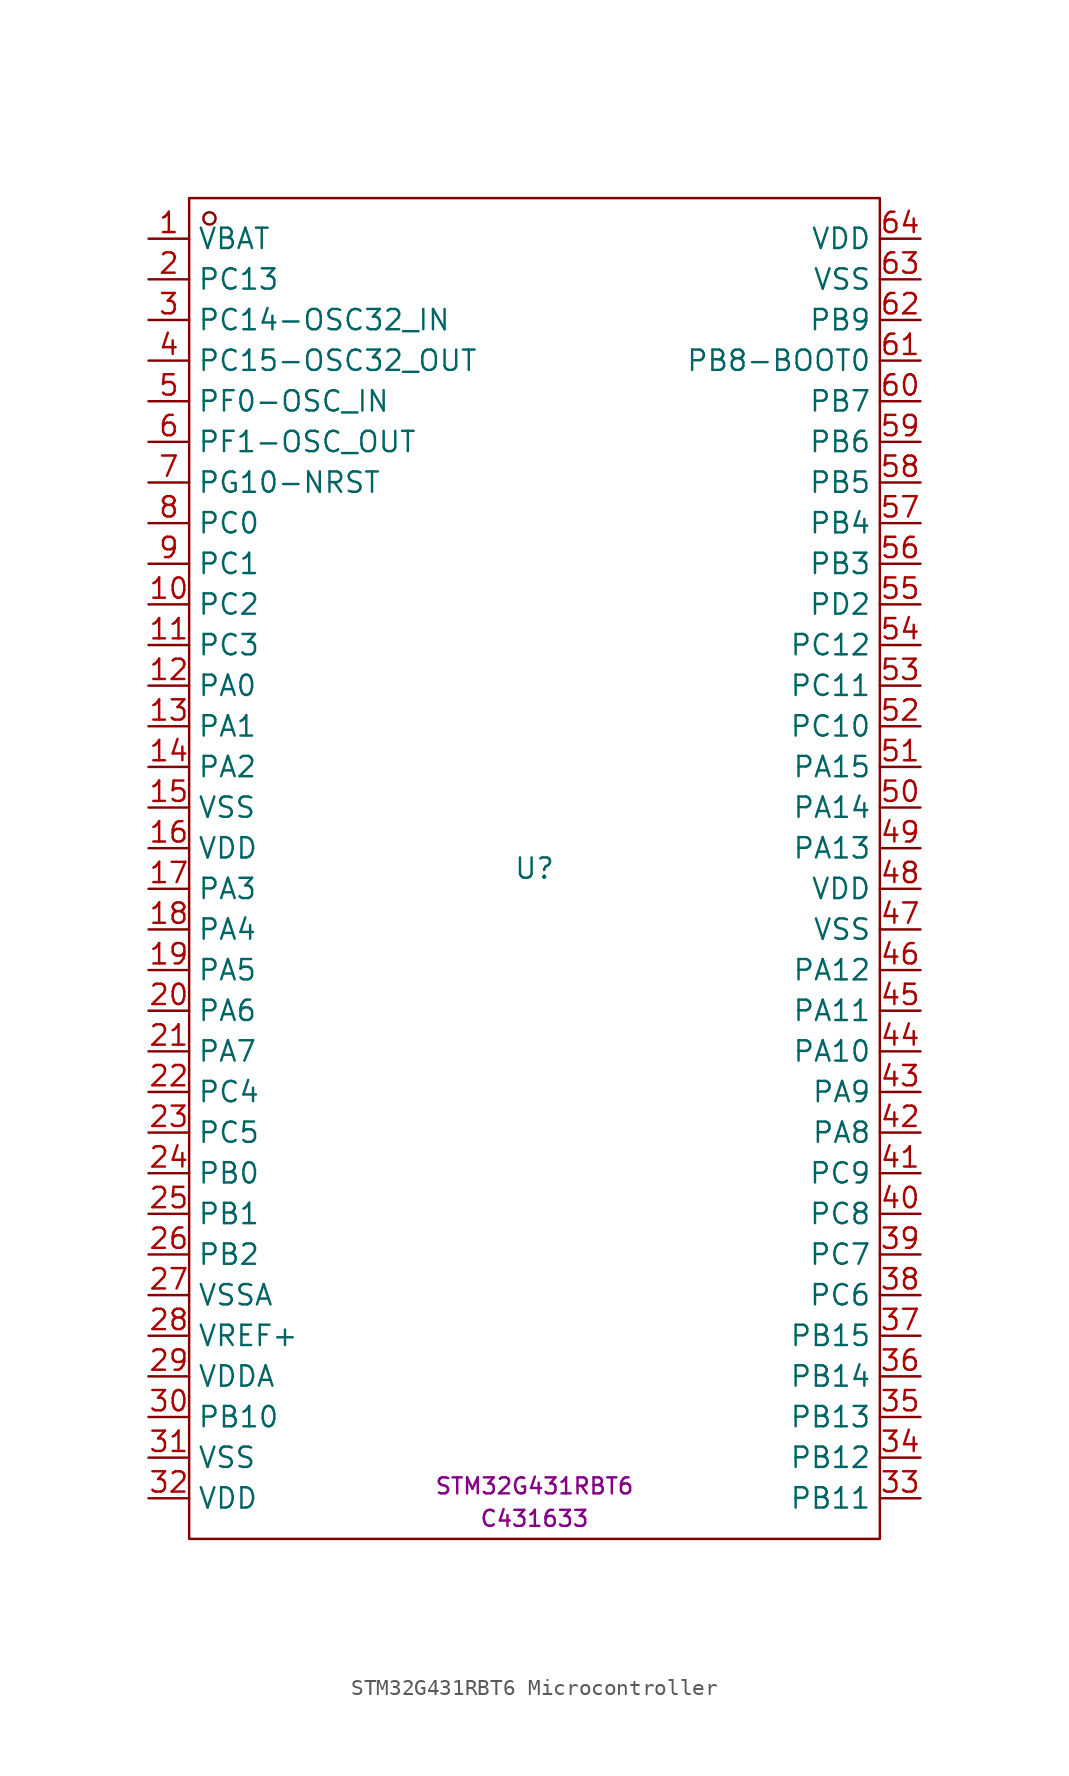
<source format=kicad_sym>
(kicad_symbol_lib
  (version 20241209)
  (generator "kicad_symbol_editor")
  (generator_version "9.0")
  (symbol "STM32G431RBT6 Microcontroller"
    (property "Reference" "U"
      (at 0 0 0)
      (effects (font (size 1.27 1.27))))
    (property "Manufacturer Part" "STM32G431RBT6"
      (at 0 -38.608 0)
      (do_not_autoplace)
      (effects (font (size 1 1))))
    (property "LCSC Part #" "C431633"
      (at 0 -40.64 0)
      (do_not_autoplace)
      (effects (font (size 1 1))))
    (symbol "STM32G431RBT6 Microcontroller_1_0"
      (rectangle (start -21.59 -41.91) (end 21.59 41.91) (stroke (width 0) (type default)) (fill (type none)))
      (circle (center -20.32 40.64) (radius 0.381) (stroke (width 0) (type default)) (fill (type none)))
      (pin unspecified line (at -24.13 39.37 0) (length 2.54) (name "VBAT" (effects (font (size 1.27 1.27)))) (number "1" (effects (font (size 1.27 1.27)))))
      (pin unspecified line (at -24.13 36.83 0) (length 2.54) (name "PC13" (effects (font (size 1.27 1.27)))) (number "2" (effects (font (size 1.27 1.27)))))
      (pin unspecified line (at -24.13 34.29 0) (length 2.54) (name "PC14-OSC32_IN" (effects (font (size 1.27 1.27)))) (number "3" (effects (font (size 1.27 1.27)))))
      (pin unspecified line (at -24.13 31.75 0) (length 2.54) (name "PC15-OSC32_OUT" (effects (font (size 1.27 1.27)))) (number "4" (effects (font (size 1.27 1.27)))))
      (pin unspecified line (at -24.13 29.21 0) (length 2.54) (name "PF0-OSC_IN" (effects (font (size 1.27 1.27)))) (number "5" (effects (font (size 1.27 1.27)))))
      (pin unspecified line (at -24.13 26.67 0) (length 2.54) (name "PF1-OSC_OUT" (effects (font (size 1.27 1.27)))) (number "6" (effects (font (size 1.27 1.27)))))
      (pin unspecified line (at -24.13 24.13 0) (length 2.54) (name "PG10-NRST" (effects (font (size 1.27 1.27)))) (number "7" (effects (font (size 1.27 1.27)))))
      (pin unspecified line (at -24.13 21.59 0) (length 2.54) (name "PC0" (effects (font (size 1.27 1.27)))) (number "8" (effects (font (size 1.27 1.27)))))
      (pin unspecified line (at -24.13 19.05 0) (length 2.54) (name "PC1" (effects (font (size 1.27 1.27)))) (number "9" (effects (font (size 1.27 1.27)))))
      (pin unspecified line (at -24.13 16.51 0) (length 2.54) (name "PC2" (effects (font (size 1.27 1.27)))) (number "10" (effects (font (size 1.27 1.27)))))
      (pin unspecified line (at -24.13 13.97 0) (length 2.54) (name "PC3" (effects (font (size 1.27 1.27)))) (number "11" (effects (font (size 1.27 1.27)))))
      (pin unspecified line (at -24.13 11.43 0) (length 2.54) (name "PA0" (effects (font (size 1.27 1.27)))) (number "12" (effects (font (size 1.27 1.27)))))
      (pin unspecified line (at -24.13 8.89 0) (length 2.54) (name "PA1" (effects (font (size 1.27 1.27)))) (number "13" (effects (font (size 1.27 1.27)))))
      (pin unspecified line (at -24.13 6.35 0) (length 2.54) (name "PA2" (effects (font (size 1.27 1.27)))) (number "14" (effects (font (size 1.27 1.27)))))
      (pin unspecified line (at -24.13 3.81 0) (length 2.54) (name "VSS" (effects (font (size 1.27 1.27)))) (number "15" (effects (font (size 1.27 1.27)))))
      (pin unspecified line (at -24.13 1.27 0) (length 2.54) (name "VDD" (effects (font (size 1.27 1.27)))) (number "16" (effects (font (size 1.27 1.27)))))
      (pin unspecified line (at -24.13 -1.27 0) (length 2.54) (name "PA3" (effects (font (size 1.27 1.27)))) (number "17" (effects (font (size 1.27 1.27)))))
      (pin unspecified line (at -24.13 -3.81 0) (length 2.54) (name "PA4" (effects (font (size 1.27 1.27)))) (number "18" (effects (font (size 1.27 1.27)))))
      (pin unspecified line (at -24.13 -6.35 0) (length 2.54) (name "PA5" (effects (font (size 1.27 1.27)))) (number "19" (effects (font (size 1.27 1.27)))))
      (pin unspecified line (at -24.13 -8.89 0) (length 2.54) (name "PA6" (effects (font (size 1.27 1.27)))) (number "20" (effects (font (size 1.27 1.27)))))
      (pin unspecified line (at -24.13 -11.43 0) (length 2.54) (name "PA7" (effects (font (size 1.27 1.27)))) (number "21" (effects (font (size 1.27 1.27)))))
      (pin unspecified line (at -24.13 -13.97 0) (length 2.54) (name "PC4" (effects (font (size 1.27 1.27)))) (number "22" (effects (font (size 1.27 1.27)))))
      (pin unspecified line (at -24.13 -16.51 0) (length 2.54) (name "PC5" (effects (font (size 1.27 1.27)))) (number "23" (effects (font (size 1.27 1.27)))))
      (pin unspecified line (at -24.13 -19.05 0) (length 2.54) (name "PB0" (effects (font (size 1.27 1.27)))) (number "24" (effects (font (size 1.27 1.27)))))
      (pin unspecified line (at -24.13 -21.59 0) (length 2.54) (name "PB1" (effects (font (size 1.27 1.27)))) (number "25" (effects (font (size 1.27 1.27)))))
      (pin unspecified line (at -24.13 -24.13 0) (length 2.54) (name "PB2" (effects (font (size 1.27 1.27)))) (number "26" (effects (font (size 1.27 1.27)))))
      (pin unspecified line (at -24.13 -26.67 0) (length 2.54) (name "VSSA" (effects (font (size 1.27 1.27)))) (number "27" (effects (font (size 1.27 1.27)))))
      (pin unspecified line (at -24.13 -29.21 0) (length 2.54) (name "VREF+" (effects (font (size 1.27 1.27)))) (number "28" (effects (font (size 1.27 1.27)))))
      (pin unspecified line (at -24.13 -31.75 0) (length 2.54) (name "VDDA" (effects (font (size 1.27 1.27)))) (number "29" (effects (font (size 1.27 1.27)))))
      (pin unspecified line (at -24.13 -34.29 0) (length 2.54) (name "PB10" (effects (font (size 1.27 1.27)))) (number "30" (effects (font (size 1.27 1.27)))))
      (pin unspecified line (at -24.13 -36.83 0) (length 2.54) (name "VSS" (effects (font (size 1.27 1.27)))) (number "31" (effects (font (size 1.27 1.27)))))
      (pin unspecified line (at -24.13 -39.37 0) (length 2.54) (name "VDD" (effects (font (size 1.27 1.27)))) (number "32" (effects (font (size 1.27 1.27)))))
      (pin unspecified line (at 24.13 39.37 180) (length 2.54) (name "VDD" (effects (font (size 1.27 1.27)))) (number "64" (effects (font (size 1.27 1.27)))))
      (pin unspecified line (at 24.13 36.83 180) (length 2.54) (name "VSS" (effects (font (size 1.27 1.27)))) (number "63" (effects (font (size 1.27 1.27)))))
      (pin unspecified line (at 24.13 34.29 180) (length 2.54) (name "PB9" (effects (font (size 1.27 1.27)))) (number "62" (effects (font (size 1.27 1.27)))))
      (pin unspecified line (at 24.13 31.75 180) (length 2.54) (name "PB8-BOOT0" (effects (font (size 1.27 1.27)))) (number "61" (effects (font (size 1.27 1.27)))))
      (pin unspecified line (at 24.13 29.21 180) (length 2.54) (name "PB7" (effects (font (size 1.27 1.27)))) (number "60" (effects (font (size 1.27 1.27)))))
      (pin unspecified line (at 24.13 26.67 180) (length 2.54) (name "PB6" (effects (font (size 1.27 1.27)))) (number "59" (effects (font (size 1.27 1.27)))))
      (pin unspecified line (at 24.13 24.13 180) (length 2.54) (name "PB5" (effects (font (size 1.27 1.27)))) (number "58" (effects (font (size 1.27 1.27)))))
      (pin unspecified line (at 24.13 21.59 180) (length 2.54) (name "PB4" (effects (font (size 1.27 1.27)))) (number "57" (effects (font (size 1.27 1.27)))))
      (pin unspecified line (at 24.13 19.05 180) (length 2.54) (name "PB3" (effects (font (size 1.27 1.27)))) (number "56" (effects (font (size 1.27 1.27)))))
      (pin unspecified line (at 24.13 16.51 180) (length 2.54) (name "PD2" (effects (font (size 1.27 1.27)))) (number "55" (effects (font (size 1.27 1.27)))))
      (pin unspecified line (at 24.13 13.97 180) (length 2.54) (name "PC12" (effects (font (size 1.27 1.27)))) (number "54" (effects (font (size 1.27 1.27)))))
      (pin unspecified line (at 24.13 11.43 180) (length 2.54) (name "PC11" (effects (font (size 1.27 1.27)))) (number "53" (effects (font (size 1.27 1.27)))))
      (pin unspecified line (at 24.13 8.89 180) (length 2.54) (name "PC10" (effects (font (size 1.27 1.27)))) (number "52" (effects (font (size 1.27 1.27)))))
      (pin unspecified line (at 24.13 6.35 180) (length 2.54) (name "PA15" (effects (font (size 1.27 1.27)))) (number "51" (effects (font (size 1.27 1.27)))))
      (pin unspecified line (at 24.13 3.81 180) (length 2.54) (name "PA14" (effects (font (size 1.27 1.27)))) (number "50" (effects (font (size 1.27 1.27)))))
      (pin unspecified line (at 24.13 1.27 180) (length 2.54) (name "PA13" (effects (font (size 1.27 1.27)))) (number "49" (effects (font (size 1.27 1.27)))))
      (pin unspecified line (at 24.13 -1.27 180) (length 2.54) (name "VDD" (effects (font (size 1.27 1.27)))) (number "48" (effects (font (size 1.27 1.27)))))
      (pin unspecified line (at 24.13 -3.81 180) (length 2.54) (name "VSS" (effects (font (size 1.27 1.27)))) (number "47" (effects (font (size 1.27 1.27)))))
      (pin unspecified line (at 24.13 -6.35 180) (length 2.54) (name "PA12" (effects (font (size 1.27 1.27)))) (number "46" (effects (font (size 1.27 1.27)))))
      (pin unspecified line (at 24.13 -8.89 180) (length 2.54) (name "PA11" (effects (font (size 1.27 1.27)))) (number "45" (effects (font (size 1.27 1.27)))))
      (pin unspecified line (at 24.13 -11.43 180) (length 2.54) (name "PA10" (effects (font (size 1.27 1.27)))) (number "44" (effects (font (size 1.27 1.27)))))
      (pin unspecified line (at 24.13 -13.97 180) (length 2.54) (name "PA9" (effects (font (size 1.27 1.27)))) (number "43" (effects (font (size 1.27 1.27)))))
      (pin unspecified line (at 24.13 -16.51 180) (length 2.54) (name "PA8" (effects (font (size 1.27 1.27)))) (number "42" (effects (font (size 1.27 1.27)))))
      (pin unspecified line (at 24.13 -19.05 180) (length 2.54) (name "PC9" (effects (font (size 1.27 1.27)))) (number "41" (effects (font (size 1.27 1.27)))))
      (pin unspecified line (at 24.13 -21.59 180) (length 2.54) (name "PC8" (effects (font (size 1.27 1.27)))) (number "40" (effects (font (size 1.27 1.27)))))
      (pin unspecified line (at 24.13 -24.13 180) (length 2.54) (name "PC7" (effects (font (size 1.27 1.27)))) (number "39" (effects (font (size 1.27 1.27)))))
      (pin unspecified line (at 24.13 -26.67 180) (length 2.54) (name "PC6" (effects (font (size 1.27 1.27)))) (number "38" (effects (font (size 1.27 1.27)))))
      (pin unspecified line (at 24.13 -29.21 180) (length 2.54) (name "PB15" (effects (font (size 1.27 1.27)))) (number "37" (effects (font (size 1.27 1.27)))))
      (pin unspecified line (at 24.13 -31.75 180) (length 2.54) (name "PB14" (effects (font (size 1.27 1.27)))) (number "36" (effects (font (size 1.27 1.27)))))
      (pin unspecified line (at 24.13 -34.29 180) (length 2.54) (name "PB13" (effects (font (size 1.27 1.27)))) (number "35" (effects (font (size 1.27 1.27)))))
      (pin unspecified line (at 24.13 -36.83 180) (length 2.54) (name "PB12" (effects (font (size 1.27 1.27)))) (number "34" (effects (font (size 1.27 1.27)))))
      (pin unspecified line (at 24.13 -39.37 180) (length 2.54) (name "PB11" (effects (font (size 1.27 1.27)))) (number "33" (effects (font (size 1.27 1.27))))))))
</source>
